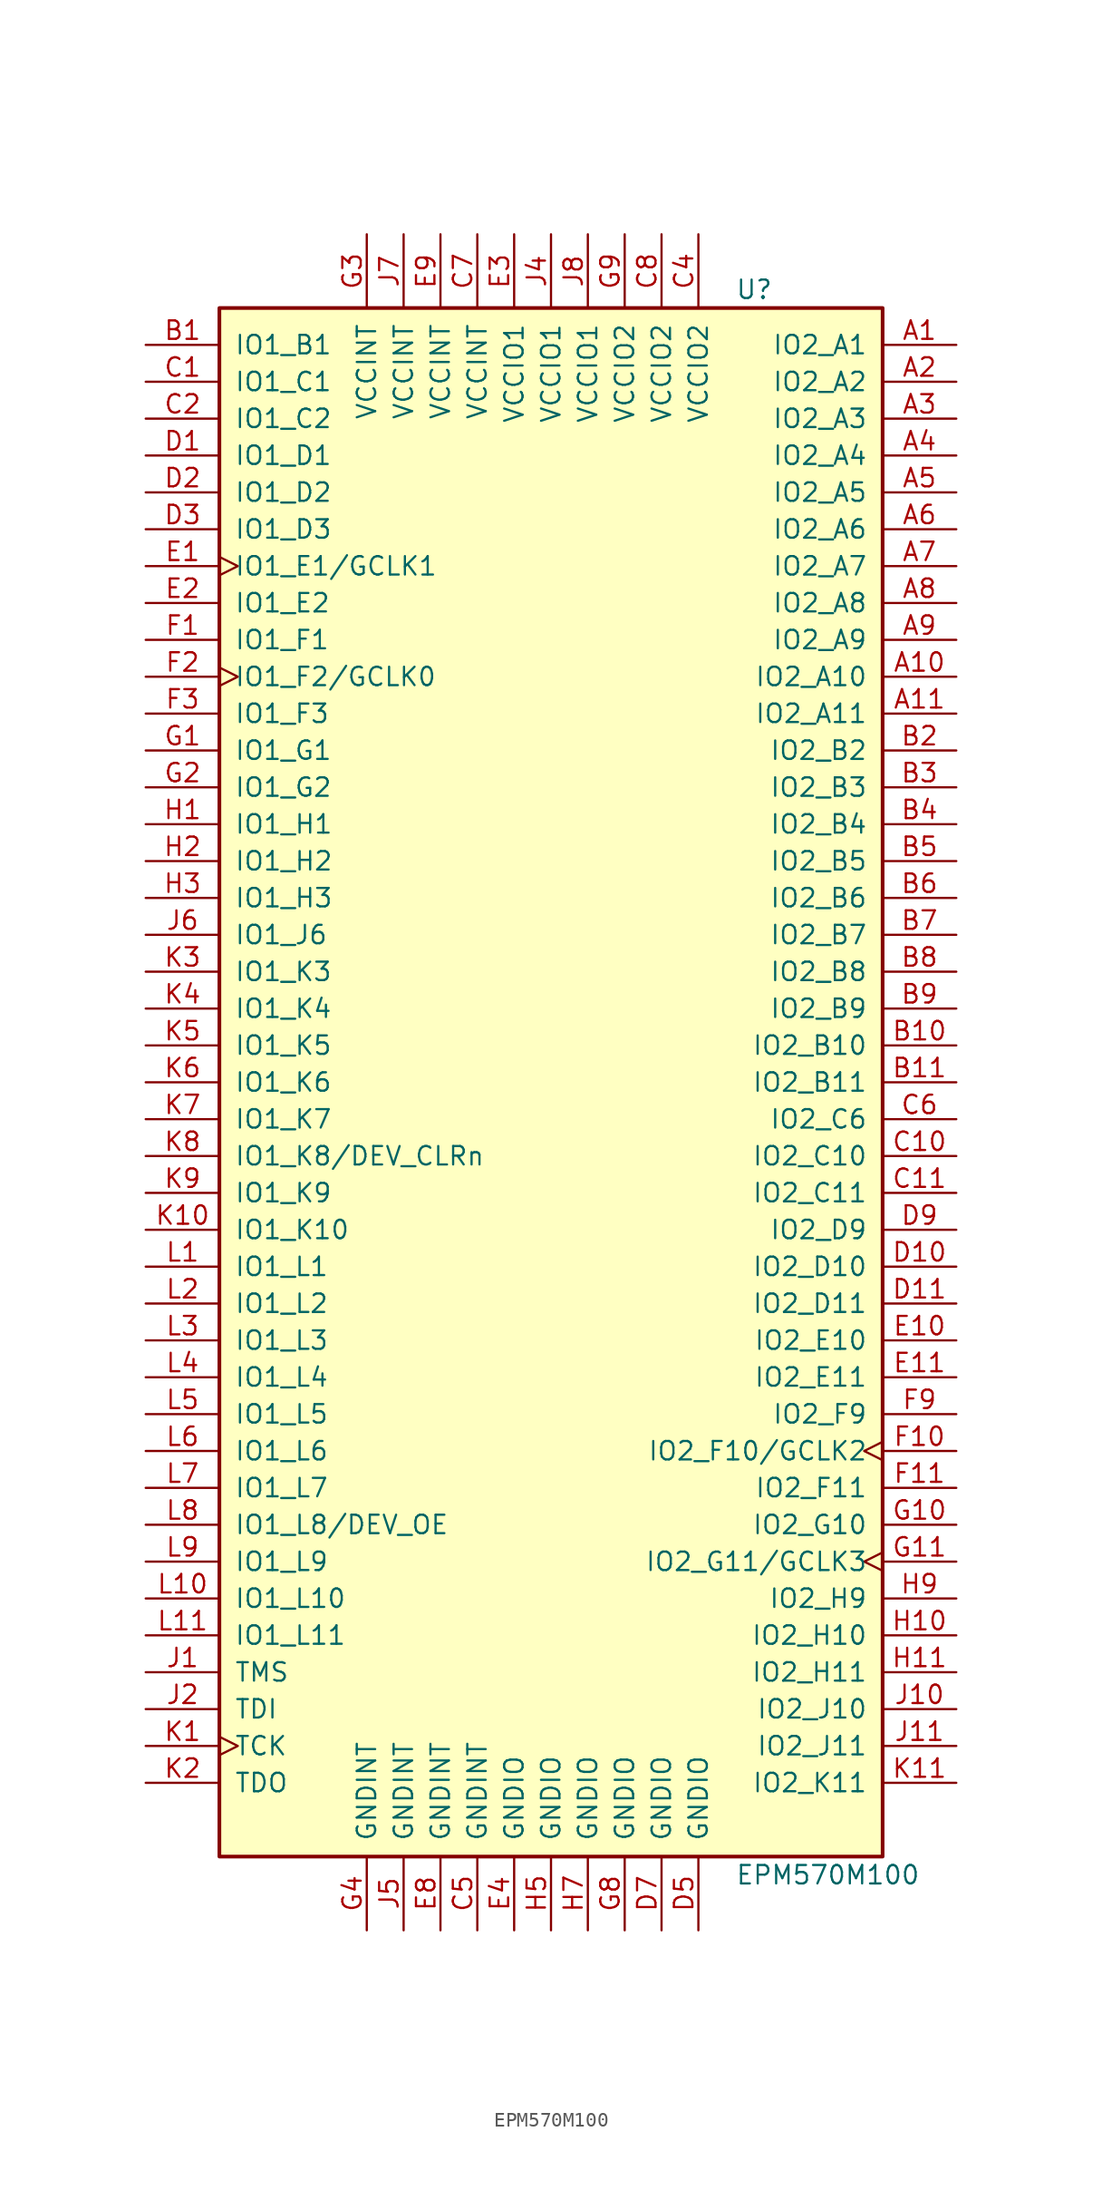
<source format=kicad_sym>
(kicad_symbol_lib
  (version 20201005)
  (generator kicad_symbol_editor)
  (symbol "EPM570M100"
    (pin_names
      (offset 1.016))
    (property "Reference" "U"
      (at 12.7 54.61 0)
      (effects (font (size 1.27 1.27)) (justify left)))
    (property "Value" "EPM570M100"
      (at 12.7 -54.61 0)
      (effects (font (size 1.27 1.27)) (justify left)))
    (property "ki_locked" ""
      (at 0 0 0)
      (effects (font (size 1.27 1.27))))
    (symbol "EPM570M100_1_1"
      (rectangle (start -22.86 53.34) (end 22.86 -53.34) (stroke (width 0.254)) (fill (type background)))
      (pin bidirectional line (at 27.94 50.8 180) (length 5.08) (name "IO2_A1" (effects (font (size 1.27 1.27)))) (number "A1" (effects (font (size 1.27 1.27)))))
      (pin bidirectional line (at 27.94 48.26 180) (length 5.08) (name "IO2_A2" (effects (font (size 1.27 1.27)))) (number "A2" (effects (font (size 1.27 1.27)))))
      (pin bidirectional line (at 27.94 45.72 180) (length 5.08) (name "IO2_A3" (effects (font (size 1.27 1.27)))) (number "A3" (effects (font (size 1.27 1.27)))))
      (pin bidirectional line (at 27.94 43.18 180) (length 5.08) (name "IO2_A4" (effects (font (size 1.27 1.27)))) (number "A4" (effects (font (size 1.27 1.27)))))
      (pin bidirectional line (at 27.94 40.64 180) (length 5.08) (name "IO2_A5" (effects (font (size 1.27 1.27)))) (number "A5" (effects (font (size 1.27 1.27)))))
      (pin bidirectional line (at 27.94 38.1 180) (length 5.08) (name "IO2_A6" (effects (font (size 1.27 1.27)))) (number "A6" (effects (font (size 1.27 1.27)))))
      (pin bidirectional line (at 27.94 35.56 180) (length 5.08) (name "IO2_A7" (effects (font (size 1.27 1.27)))) (number "A7" (effects (font (size 1.27 1.27)))))
      (pin bidirectional line (at 27.94 33.02 180) (length 5.08) (name "IO2_A8" (effects (font (size 1.27 1.27)))) (number "A8" (effects (font (size 1.27 1.27)))))
      (pin bidirectional line (at 27.94 30.48 180) (length 5.08) (name "IO2_A9" (effects (font (size 1.27 1.27)))) (number "A9" (effects (font (size 1.27 1.27)))))
      (pin bidirectional line (at 27.94 27.94 180) (length 5.08) (name "IO2_A10" (effects (font (size 1.27 1.27)))) (number "A10" (effects (font (size 1.27 1.27)))))
      (pin bidirectional line (at 27.94 25.4 180) (length 5.08) (name "IO2_A11" (effects (font (size 1.27 1.27)))) (number "A11" (effects (font (size 1.27 1.27)))))
      (pin bidirectional line (at -27.94 50.8 0) (length 5.08) (name "IO1_B1" (effects (font (size 1.27 1.27)))) (number "B1" (effects (font (size 1.27 1.27)))))
      (pin bidirectional line (at 27.94 22.86 180) (length 5.08) (name "IO2_B2" (effects (font (size 1.27 1.27)))) (number "B2" (effects (font (size 1.27 1.27)))))
      (pin bidirectional line (at 27.94 20.32 180) (length 5.08) (name "IO2_B3" (effects (font (size 1.27 1.27)))) (number "B3" (effects (font (size 1.27 1.27)))))
      (pin bidirectional line (at 27.94 17.78 180) (length 5.08) (name "IO2_B4" (effects (font (size 1.27 1.27)))) (number "B4" (effects (font (size 1.27 1.27)))))
      (pin bidirectional line (at 27.94 15.24 180) (length 5.08) (name "IO2_B5" (effects (font (size 1.27 1.27)))) (number "B5" (effects (font (size 1.27 1.27)))))
      (pin bidirectional line (at 27.94 12.7 180) (length 5.08) (name "IO2_B6" (effects (font (size 1.27 1.27)))) (number "B6" (effects (font (size 1.27 1.27)))))
      (pin bidirectional line (at 27.94 10.16 180) (length 5.08) (name "IO2_B7" (effects (font (size 1.27 1.27)))) (number "B7" (effects (font (size 1.27 1.27)))))
      (pin bidirectional line (at 27.94 7.62 180) (length 5.08) (name "IO2_B8" (effects (font (size 1.27 1.27)))) (number "B8" (effects (font (size 1.27 1.27)))))
      (pin bidirectional line (at 27.94 5.08 180) (length 5.08) (name "IO2_B9" (effects (font (size 1.27 1.27)))) (number "B9" (effects (font (size 1.27 1.27)))))
      (pin bidirectional line (at 27.94 2.54 180) (length 5.08) (name "IO2_B10" (effects (font (size 1.27 1.27)))) (number "B10" (effects (font (size 1.27 1.27)))))
      (pin bidirectional line (at 27.94 0 180) (length 5.08) (name "IO2_B11" (effects (font (size 1.27 1.27)))) (number "B11" (effects (font (size 1.27 1.27)))))
      (pin bidirectional line (at -27.94 48.26 0) (length 5.08) (name "IO1_C1" (effects (font (size 1.27 1.27)))) (number "C1" (effects (font (size 1.27 1.27)))))
      (pin bidirectional line (at -27.94 45.72 0) (length 5.08) (name "IO1_C2" (effects (font (size 1.27 1.27)))) (number "C2" (effects (font (size 1.27 1.27)))))
      (pin bidirectional line (at 27.94 -2.54 180) (length 5.08) (name "IO2_C6" (effects (font (size 1.27 1.27)))) (number "C6" (effects (font (size 1.27 1.27)))))
      (pin bidirectional line (at 27.94 -5.08 180) (length 5.08) (name "IO2_C10" (effects (font (size 1.27 1.27)))) (number "C10" (effects (font (size 1.27 1.27)))))
      (pin bidirectional line (at 27.94 -7.62 180) (length 5.08) (name "IO2_C11" (effects (font (size 1.27 1.27)))) (number "C11" (effects (font (size 1.27 1.27)))))
      (pin bidirectional line (at -27.94 43.18 0) (length 5.08) (name "IO1_D1" (effects (font (size 1.27 1.27)))) (number "D1" (effects (font (size 1.27 1.27)))))
      (pin bidirectional line (at -27.94 40.64 0) (length 5.08) (name "IO1_D2" (effects (font (size 1.27 1.27)))) (number "D2" (effects (font (size 1.27 1.27)))))
      (pin bidirectional line (at -27.94 38.1 0) (length 5.08) (name "IO1_D3" (effects (font (size 1.27 1.27)))) (number "D3" (effects (font (size 1.27 1.27)))))
      (pin bidirectional line (at 27.94 -10.16 180) (length 5.08) (name "IO2_D9" (effects (font (size 1.27 1.27)))) (number "D9" (effects (font (size 1.27 1.27)))))
      (pin bidirectional line (at 27.94 -12.7 180) (length 5.08) (name "IO2_D10" (effects (font (size 1.27 1.27)))) (number "D10" (effects (font (size 1.27 1.27)))))
      (pin bidirectional line (at 27.94 -15.24 180) (length 5.08) (name "IO2_D11" (effects (font (size 1.27 1.27)))) (number "D11" (effects (font (size 1.27 1.27)))))
      (pin bidirectional clock (at -27.94 35.56 0) (length 5.08) (name "IO1_E1/GCLK1" (effects (font (size 1.27 1.27)))) (number "E1" (effects (font (size 1.27 1.27)))))
      (pin bidirectional line (at -27.94 33.02 0) (length 5.08) (name "IO1_E2" (effects (font (size 1.27 1.27)))) (number "E2" (effects (font (size 1.27 1.27)))))
      (pin bidirectional line (at 27.94 -17.78 180) (length 5.08) (name "IO2_E10" (effects (font (size 1.27 1.27)))) (number "E10" (effects (font (size 1.27 1.27)))))
      (pin bidirectional line (at 27.94 -20.32 180) (length 5.08) (name "IO2_E11" (effects (font (size 1.27 1.27)))) (number "E11" (effects (font (size 1.27 1.27)))))
      (pin bidirectional line (at -27.94 30.48 0) (length 5.08) (name "IO1_F1" (effects (font (size 1.27 1.27)))) (number "F1" (effects (font (size 1.27 1.27)))))
      (pin bidirectional clock (at -27.94 27.94 0) (length 5.08) (name "IO1_F2/GCLK0" (effects (font (size 1.27 1.27)))) (number "F2" (effects (font (size 1.27 1.27)))))
      (pin bidirectional line (at -27.94 25.4 0) (length 5.08) (name "IO1_F3" (effects (font (size 1.27 1.27)))) (number "F3" (effects (font (size 1.27 1.27)))))
      (pin bidirectional line (at 27.94 -22.86 180) (length 5.08) (name "IO2_F9" (effects (font (size 1.27 1.27)))) (number "F9" (effects (font (size 1.27 1.27)))))
      (pin bidirectional clock (at 27.94 -25.4 180) (length 5.08) (name "IO2_F10/GCLK2" (effects (font (size 1.27 1.27)))) (number "F10" (effects (font (size 1.27 1.27)))))
      (pin bidirectional line (at 27.94 -27.94 180) (length 5.08) (name "IO2_F11" (effects (font (size 1.27 1.27)))) (number "F11" (effects (font (size 1.27 1.27)))))
      (pin bidirectional line (at -27.94 22.86 0) (length 5.08) (name "IO1_G1" (effects (font (size 1.27 1.27)))) (number "G1" (effects (font (size 1.27 1.27)))))
      (pin bidirectional line (at -27.94 20.32 0) (length 5.08) (name "IO1_G2" (effects (font (size 1.27 1.27)))) (number "G2" (effects (font (size 1.27 1.27)))))
      (pin bidirectional line (at 27.94 -30.48 180) (length 5.08) (name "IO2_G10" (effects (font (size 1.27 1.27)))) (number "G10" (effects (font (size 1.27 1.27)))))
      (pin bidirectional clock (at 27.94 -33.02 180) (length 5.08) (name "IO2_G11/GCLK3" (effects (font (size 1.27 1.27)))) (number "G11" (effects (font (size 1.27 1.27)))))
      (pin bidirectional line (at -27.94 17.78 0) (length 5.08) (name "IO1_H1" (effects (font (size 1.27 1.27)))) (number "H1" (effects (font (size 1.27 1.27)))))
      (pin bidirectional line (at -27.94 15.24 0) (length 5.08) (name "IO1_H2" (effects (font (size 1.27 1.27)))) (number "H2" (effects (font (size 1.27 1.27)))))
      (pin bidirectional line (at -27.94 12.7 0) (length 5.08) (name "IO1_H3" (effects (font (size 1.27 1.27)))) (number "H3" (effects (font (size 1.27 1.27)))))
      (pin bidirectional line (at 27.94 -35.56 180) (length 5.08) (name "IO2_H9" (effects (font (size 1.27 1.27)))) (number "H9" (effects (font (size 1.27 1.27)))))
      (pin bidirectional line (at 27.94 -38.1 180) (length 5.08) (name "IO2_H10" (effects (font (size 1.27 1.27)))) (number "H10" (effects (font (size 1.27 1.27)))))
      (pin bidirectional line (at 27.94 -40.64 180) (length 5.08) (name "IO2_H11" (effects (font (size 1.27 1.27)))) (number "H11" (effects (font (size 1.27 1.27)))))
      (pin bidirectional line (at -27.94 10.16 0) (length 5.08) (name "IO1_J6" (effects (font (size 1.27 1.27)))) (number "J6" (effects (font (size 1.27 1.27)))))
      (pin bidirectional line (at 27.94 -43.18 180) (length 5.08) (name "IO2_J10" (effects (font (size 1.27 1.27)))) (number "J10" (effects (font (size 1.27 1.27)))))
      (pin bidirectional line (at 27.94 -45.72 180) (length 5.08) (name "IO2_J11" (effects (font (size 1.27 1.27)))) (number "J11" (effects (font (size 1.27 1.27)))))
      (pin bidirectional line (at -27.94 7.62 0) (length 5.08) (name "IO1_K3" (effects (font (size 1.27 1.27)))) (number "K3" (effects (font (size 1.27 1.27)))))
      (pin bidirectional line (at -27.94 5.08 0) (length 5.08) (name "IO1_K4" (effects (font (size 1.27 1.27)))) (number "K4" (effects (font (size 1.27 1.27)))))
      (pin bidirectional line (at -27.94 2.54 0) (length 5.08) (name "IO1_K5" (effects (font (size 1.27 1.27)))) (number "K5" (effects (font (size 1.27 1.27)))))
      (pin bidirectional line (at -27.94 0 0) (length 5.08) (name "IO1_K6" (effects (font (size 1.27 1.27)))) (number "K6" (effects (font (size 1.27 1.27)))))
      (pin bidirectional line (at -27.94 -2.54 0) (length 5.08) (name "IO1_K7" (effects (font (size 1.27 1.27)))) (number "K7" (effects (font (size 1.27 1.27)))))
      (pin bidirectional line (at -27.94 -5.08 0) (length 5.08) (name "IO1_K8/DEV_CLRn" (effects (font (size 1.27 1.27)))) (number "K8" (effects (font (size 1.27 1.27)))))
      (pin bidirectional line (at -27.94 -7.62 0) (length 5.08) (name "IO1_K9" (effects (font (size 1.27 1.27)))) (number "K9" (effects (font (size 1.27 1.27)))))
      (pin bidirectional line (at -27.94 -10.16 0) (length 5.08) (name "IO1_K10" (effects (font (size 1.27 1.27)))) (number "K10" (effects (font (size 1.27 1.27)))))
      (pin bidirectional line (at 27.94 -48.26 180) (length 5.08) (name "IO2_K11" (effects (font (size 1.27 1.27)))) (number "K11" (effects (font (size 1.27 1.27)))))
      (pin bidirectional line (at -27.94 -12.7 0) (length 5.08) (name "IO1_L1" (effects (font (size 1.27 1.27)))) (number "L1" (effects (font (size 1.27 1.27)))))
      (pin bidirectional line (at -27.94 -15.24 0) (length 5.08) (name "IO1_L2" (effects (font (size 1.27 1.27)))) (number "L2" (effects (font (size 1.27 1.27)))))
      (pin bidirectional line (at -27.94 -17.78 0) (length 5.08) (name "IO1_L3" (effects (font (size 1.27 1.27)))) (number "L3" (effects (font (size 1.27 1.27)))))
      (pin bidirectional line (at -27.94 -20.32 0) (length 5.08) (name "IO1_L4" (effects (font (size 1.27 1.27)))) (number "L4" (effects (font (size 1.27 1.27)))))
      (pin bidirectional line (at -27.94 -22.86 0) (length 5.08) (name "IO1_L5" (effects (font (size 1.27 1.27)))) (number "L5" (effects (font (size 1.27 1.27)))))
      (pin bidirectional line (at -27.94 -25.4 0) (length 5.08) (name "IO1_L6" (effects (font (size 1.27 1.27)))) (number "L6" (effects (font (size 1.27 1.27)))))
      (pin bidirectional line (at -27.94 -27.94 0) (length 5.08) (name "IO1_L7" (effects (font (size 1.27 1.27)))) (number "L7" (effects (font (size 1.27 1.27)))))
      (pin bidirectional line (at -27.94 -30.48 0) (length 5.08) (name "IO1_L8/DEV_OE" (effects (font (size 1.27 1.27)))) (number "L8" (effects (font (size 1.27 1.27)))))
      (pin bidirectional line (at -27.94 -33.02 0) (length 5.08) (name "IO1_L9" (effects (font (size 1.27 1.27)))) (number "L9" (effects (font (size 1.27 1.27)))))
      (pin bidirectional line (at -27.94 -35.56 0) (length 5.08) (name "IO1_L10" (effects (font (size 1.27 1.27)))) (number "L10" (effects (font (size 1.27 1.27)))))
      (pin bidirectional line (at -27.94 -38.1 0) (length 5.08) (name "IO1_L11" (effects (font (size 1.27 1.27)))) (number "L11" (effects (font (size 1.27 1.27)))))
      (pin input line (at -27.94 -40.64 0) (length 5.08) (name "TMS" (effects (font (size 1.27 1.27)))) (number "J1" (effects (font (size 1.27 1.27)))))
      (pin input line (at -27.94 -43.18 0) (length 5.08) (name "TDI" (effects (font (size 1.27 1.27)))) (number "J2" (effects (font (size 1.27 1.27)))))
      (pin input clock (at -27.94 -45.72 0) (length 5.08) (name "TCK" (effects (font (size 1.27 1.27)))) (number "K1" (effects (font (size 1.27 1.27)))))
      (pin output line (at -27.94 -48.26 0) (length 5.08) (name "TDO" (effects (font (size 1.27 1.27)))) (number "K2" (effects (font (size 1.27 1.27)))))
      (pin power_in line (at -12.7 -58.42 90) (length 5.08) (name "GNDINT" (effects (font (size 1.27 1.27)))) (number "G4" (effects (font (size 1.27 1.27)))))
      (pin power_in line (at -10.16 -58.42 90) (length 5.08) (name "GNDINT" (effects (font (size 1.27 1.27)))) (number "J5" (effects (font (size 1.27 1.27)))))
      (pin power_in line (at -7.62 -58.42 90) (length 5.08) (name "GNDINT" (effects (font (size 1.27 1.27)))) (number "E8" (effects (font (size 1.27 1.27)))))
      (pin power_in line (at -5.08 -58.42 90) (length 5.08) (name "GNDINT" (effects (font (size 1.27 1.27)))) (number "C5" (effects (font (size 1.27 1.27)))))
      (pin power_in line (at -2.54 -58.42 90) (length 5.08) (name "GNDIO" (effects (font (size 1.27 1.27)))) (number "E4" (effects (font (size 1.27 1.27)))))
      (pin power_in line (at 0 -58.42 90) (length 5.08) (name "GNDIO" (effects (font (size 1.27 1.27)))) (number "H5" (effects (font (size 1.27 1.27)))))
      (pin power_in line (at 2.54 -58.42 90) (length 5.08) (name "GNDIO" (effects (font (size 1.27 1.27)))) (number "H7" (effects (font (size 1.27 1.27)))))
      (pin power_in line (at 5.08 -58.42 90) (length 5.08) (name "GNDIO" (effects (font (size 1.27 1.27)))) (number "G8" (effects (font (size 1.27 1.27)))))
      (pin power_in line (at 7.62 -58.42 90) (length 5.08) (name "GNDIO" (effects (font (size 1.27 1.27)))) (number "D7" (effects (font (size 1.27 1.27)))))
      (pin power_in line (at 10.16 -58.42 90) (length 5.08) (name "GNDIO" (effects (font (size 1.27 1.27)))) (number "D5" (effects (font (size 1.27 1.27)))))
      (pin power_in line (at -12.7 58.42 270) (length 5.08) (name "VCCINT" (effects (font (size 1.27 1.27)))) (number "G3" (effects (font (size 1.27 1.27)))))
      (pin power_in line (at -10.16 58.42 270) (length 5.08) (name "VCCINT" (effects (font (size 1.27 1.27)))) (number "J7" (effects (font (size 1.27 1.27)))))
      (pin power_in line (at -7.62 58.42 270) (length 5.08) (name "VCCINT" (effects (font (size 1.27 1.27)))) (number "E9" (effects (font (size 1.27 1.27)))))
      (pin power_in line (at -5.08 58.42 270) (length 5.08) (name "VCCINT" (effects (font (size 1.27 1.27)))) (number "C7" (effects (font (size 1.27 1.27)))))
      (pin power_in line (at -2.54 58.42 270) (length 5.08) (name "VCCIO1" (effects (font (size 1.27 1.27)))) (number "E3" (effects (font (size 1.27 1.27)))))
      (pin power_in line (at 0 58.42 270) (length 5.08) (name "VCCIO1" (effects (font (size 1.27 1.27)))) (number "J4" (effects (font (size 1.27 1.27)))))
      (pin power_in line (at 2.54 58.42 270) (length 5.08) (name "VCCIO1" (effects (font (size 1.27 1.27)))) (number "J8" (effects (font (size 1.27 1.27)))))
      (pin power_in line (at 5.08 58.42 270) (length 5.08) (name "VCCIO2" (effects (font (size 1.27 1.27)))) (number "G9" (effects (font (size 1.27 1.27)))))
      (pin power_in line (at 7.62 58.42 270) (length 5.08) (name "VCCIO2" (effects (font (size 1.27 1.27)))) (number "C8" (effects (font (size 1.27 1.27)))))
      (pin power_in line (at 10.16 58.42 270) (length 5.08) (name "VCCIO2" (effects (font (size 1.27 1.27)))) (number "C4" (effects (font (size 1.27 1.27))))))))
</source>
